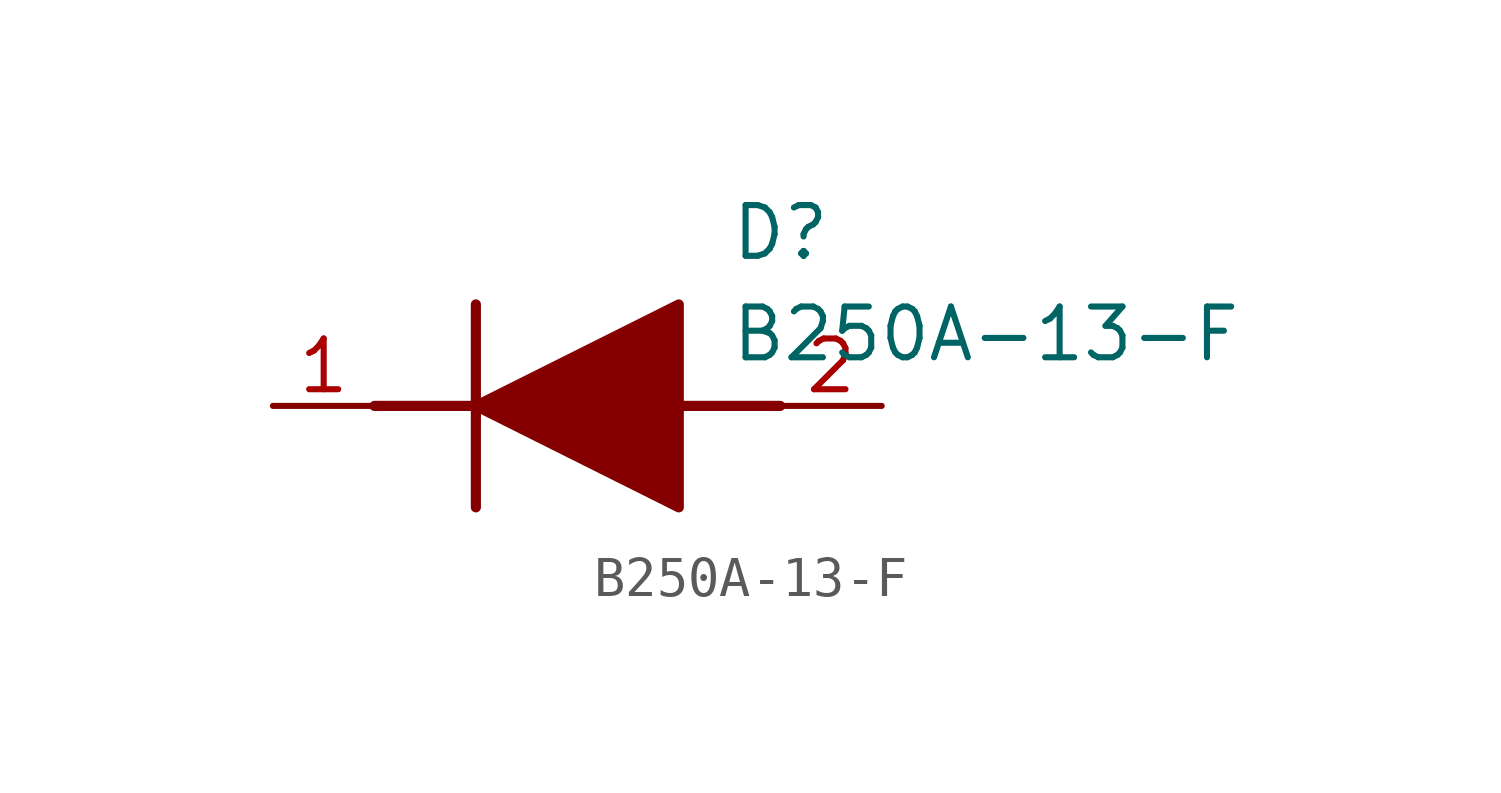
<source format=kicad_sym>
(kicad_symbol_lib
  (version 20211014)
  (generator SamacSys_ECAD_Model)
  (symbol "B250A-13-F"
    (pin_names hide)
    (property "Reference" "D"
      (at 11.43 5.08 0)
      (effects (font (size 1.27 1.27)) (justify left top)))
    (property "Value" "B250A-13-F"
      (at 11.43 2.54 0)
      (effects (font (size 1.27 1.27)) (justify left top)))
    (polyline
      (pts (xy 5.08 2.54) (xy 5.08 -2.54))
      (stroke (width 0.254) (type default))
      (fill (type none)))
    (polyline
      (pts (xy 2.54 0) (xy 5.08 0))
      (stroke (width 0.254) (type default))
      (fill (type none)))
    (polyline
      (pts (xy 10.16 0) (xy 12.7 0))
      (stroke (width 0.254) (type default))
      (fill (type none)))
    (polyline
      (pts (xy 5.08 0) (xy 10.16 2.54) (xy 10.16 -2.54) (xy 5.08 0))
      (stroke (width 0.254) (type default))
      (fill (type outline)))
    (pin passive line
      (at 0 0 0)
      (length 2.54)
      (name "K" (effects (font (size 1.27 1.27))))
      (number "1" (effects (font (size 1.27 1.27)))))
    (pin passive line
      (at 15.24 0 180)
      (length 2.54)
      (name "A" (effects (font (size 1.27 1.27))))
      (number "2" (effects (font (size 1.27 1.27)))))))
</source>
